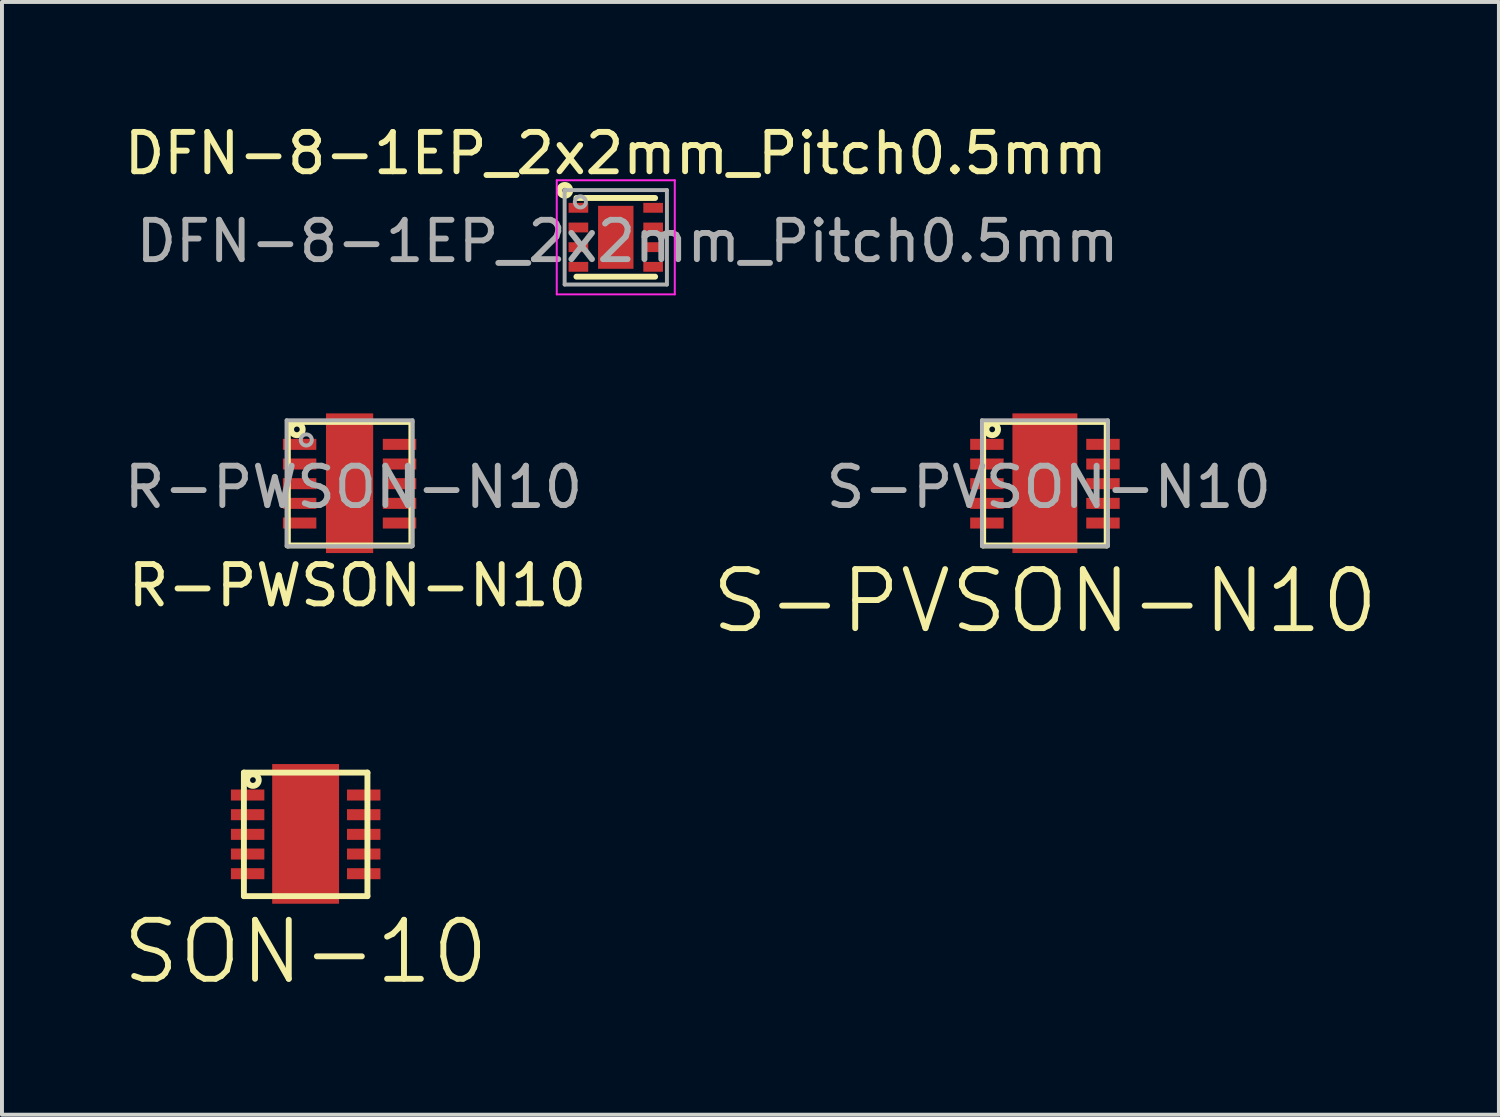
<source format=kicad_pcb>
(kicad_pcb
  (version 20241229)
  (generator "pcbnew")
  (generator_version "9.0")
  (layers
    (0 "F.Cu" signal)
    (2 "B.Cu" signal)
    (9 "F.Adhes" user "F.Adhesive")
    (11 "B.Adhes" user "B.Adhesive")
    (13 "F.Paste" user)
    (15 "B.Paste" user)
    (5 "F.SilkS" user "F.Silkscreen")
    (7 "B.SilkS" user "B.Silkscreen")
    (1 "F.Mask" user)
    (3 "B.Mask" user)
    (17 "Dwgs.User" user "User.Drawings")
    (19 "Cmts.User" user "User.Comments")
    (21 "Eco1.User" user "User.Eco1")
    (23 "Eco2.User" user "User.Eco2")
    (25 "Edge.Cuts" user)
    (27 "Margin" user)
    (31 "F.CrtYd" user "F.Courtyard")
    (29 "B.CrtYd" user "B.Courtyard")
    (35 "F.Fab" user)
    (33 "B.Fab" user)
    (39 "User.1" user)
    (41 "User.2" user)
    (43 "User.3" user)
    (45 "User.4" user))
  (footprint "DFN-8-1EP_2x2mm_Pitch0.5mm"
    (layer "F.Cu")
    (at 12.601 2.982)
    (property "Reference" "DFN-8-1EP_2x2mm_Pitch0.5mm" (at 0 -2.134 0) (layer "F.SilkS") (effects (font (size 1 1) (thickness 0.15))))
    (attr smd)
    (fp_line (start -1 -1) (end 1 -1) (stroke (width 0.15) (type solid)) (layer "F.SilkS"))
    (fp_line (start -1 1) (end 1 1) (stroke (width 0.15) (type solid)) (layer "F.SilkS"))
    (fp_circle (center -1.295 -1.194) (end -1.245 -1.156) (stroke (width 0.15) (type solid)) (fill no) (layer "F.SilkS"))
    (fp_line (start -1.5 -1.45) (end -1.5 1.45) (stroke (width 0.05) (type solid)) (layer "F.CrtYd"))
    (fp_line (start -1.5 -1.45) (end 1.5 -1.45) (stroke (width 0.05) (type solid)) (layer "F.CrtYd"))
    (fp_line (start -1.5 1.45) (end 1.5 1.45) (stroke (width 0.05) (type solid)) (layer "F.CrtYd"))
    (fp_line (start 1.5 -1.45) (end 1.5 1.45) (stroke (width 0.05) (type solid)) (layer "F.CrtYd"))
    (fp_line (start -1.3 -1.2) (end -1.3 1.2) (stroke (width 0.1) (type solid)) (layer "F.Fab"))
    (fp_line (start -1.3 1.2) (end 1.3 1.2) (stroke (width 0.1) (type solid)) (layer "F.Fab"))
    (fp_line (start 1.3 -1.2) (end -1.3 -1.2) (stroke (width 0.1) (type solid)) (layer "F.Fab"))
    (fp_line (start 1.3 1.2) (end 1.3 -1.2) (stroke (width 0.1) (type solid)) (layer "F.Fab"))
    (fp_circle (center -0.9 -0.9) (end -0.8 -0.8) (stroke (width 0.1) (type solid)) (fill no) (layer "F.Fab"))
    (fp_text user "${REFERENCE}" (at 0.3 0.1 0) (layer "F.Fab") (effects (font (size 1 1) (thickness 0.15))))
    (pad "1" smd rect (at -0.95 -0.75) (size 0.5 0.25) (layers "F.Cu" "F.Mask" "F.Paste"))
    (pad "2" smd rect (at -0.95 -0.25) (size 0.5 0.25) (layers "F.Cu" "F.Mask" "F.Paste"))
    (pad "3" smd rect (at -0.95 0.25) (size 0.5 0.25) (layers "F.Cu" "F.Mask" "F.Paste"))
    (pad "4" smd rect (at -0.95 0.75) (size 0.5 0.25) (layers "F.Cu" "F.Mask" "F.Paste"))
    (pad "5" smd rect (at 0.95 0.75) (size 0.5 0.25) (layers "F.Cu" "F.Mask" "F.Paste"))
    (pad "6" smd rect (at 0.95 0.25) (size 0.5 0.25) (layers "F.Cu" "F.Mask" "F.Paste"))
    (pad "7" smd rect (at 0.95 -0.25) (size 0.5 0.25) (layers "F.Cu" "F.Mask" "F.Paste"))
    (pad "8" smd rect (at 0.95 -0.75) (size 0.5 0.25) (layers "F.Cu" "F.Mask" "F.Paste"))
    (pad "9" smd rect (at 0 0) (size 0.9 1.6) (layers "F.Cu" "F.Mask" "F.Paste")))
  (footprint "S-PVSON-N10"
    (layer "F.Cu")
    (at 23.508 9.232)
    (property "Reference" "S-PVSON-N10" (at 0 2.997 0) (layer "F.SilkS") (effects (font (size 1.5 1.5) (thickness 0.15))))
    (attr through_hole)
    (fp_line (start -1.569 -1.558) (end -1.569 1.582) (stroke (width 0.15) (type solid)) (layer "F.SilkS"))
    (fp_line (start -1.569 1.582) (end 1.571 1.582) (stroke (width 0.15) (type solid)) (layer "F.SilkS"))
    (fp_line (start 1.571 -1.558) (end -1.569 -1.558) (stroke (width 0.15) (type solid)) (layer "F.SilkS"))
    (fp_line (start 1.571 1.582) (end 1.571 -1.558) (stroke (width 0.15) (type solid)) (layer "F.SilkS"))
    (fp_circle (center -1.339 -1.368) (end -1.409 -1.388) (stroke (width 0.15) (type solid)) (fill no) (layer "F.SilkS"))
    (fp_line (start -1.6 -1.6) (end 1.6 -1.6) (stroke (width 0.1) (type solid)) (layer "F.Fab"))
    (fp_line (start -1.6 1.6) (end -1.6 -1.6) (stroke (width 0.1) (type solid)) (layer "F.Fab"))
    (fp_line (start 1.6 -1.6) (end 1.6 1.6) (stroke (width 0.1) (type solid)) (layer "F.Fab"))
    (fp_line (start 1.6 1.6) (end -1.6 1.6) (stroke (width 0.1) (type solid)) (layer "F.Fab"))
    (fp_text user "${REFERENCE}" (at 0.1 0.1 0) (layer "F.Fab") (effects (font (size 1 1) (thickness 0.15))))
    (pad "1" smd rect (at -1.474 -0.988 270) (size 0.28 0.85) (layers "F.Cu" "F.Mask" "F.Paste"))
    (pad "2" smd rect (at -1.474 -0.488 270) (size 0.28 0.85) (layers "F.Cu" "F.Mask" "F.Paste"))
    (pad "3" smd rect (at -1.474 0.012 270) (size 0.28 0.85) (layers "F.Cu" "F.Mask" "F.Paste"))
    (pad "4" smd rect (at -1.474 0.512 270) (size 0.28 0.85) (layers "F.Cu" "F.Mask" "F.Paste"))
    (pad "5" smd rect (at -1.474 1.012 270) (size 0.28 0.85) (layers "F.Cu" "F.Mask" "F.Paste"))
    (pad "6" smd rect (at 1.476 1.012 270) (size 0.28 0.85) (layers "F.Cu" "F.Mask" "F.Paste"))
    (pad "7" smd rect (at 1.476 0.512 270) (size 0.28 0.85) (layers "F.Cu" "F.Mask" "F.Paste"))
    (pad "8" smd rect (at 1.476 0.012 270) (size 0.28 0.85) (layers "F.Cu" "F.Mask" "F.Paste"))
    (pad "9" smd rect (at 1.476 -0.488 270) (size 0.28 0.85) (layers "F.Cu" "F.Mask" "F.Paste"))
    (pad "10" smd rect (at 1.476 -0.988 270) (size 0.28 0.85) (layers "F.Cu" "F.Mask" "F.Paste"))
    (pad "11" smd rect (at 0 0 270) (size 3.55 1.65) (layers "F.Cu" "F.Mask" "F.Paste")))
  (footprint "SON-10"
    (layer "F.Cu")
    (at 4.718 18.145)
    (property "Reference" "SON-10" (at 0 2.997 0) (layer "F.SilkS") (effects (font (size 1.5 1.5) (thickness 0.15))))
    (attr through_hole)
    (fp_line (start -1.569 -1.558) (end -1.569 1.582) (stroke (width 0.15) (type solid)) (layer "F.SilkS"))
    (fp_line (start -1.569 1.582) (end 1.571 1.582) (stroke (width 0.15) (type solid)) (layer "F.SilkS"))
    (fp_line (start 1.571 -1.558) (end -1.569 -1.558) (stroke (width 0.15) (type solid)) (layer "F.SilkS"))
    (fp_line (start 1.571 1.582) (end 1.571 -1.558) (stroke (width 0.15) (type solid)) (layer "F.SilkS"))
    (fp_circle (center -1.339 -1.368) (end -1.409 -1.388) (stroke (width 0.15) (type solid)) (fill no) (layer "F.SilkS"))
    (pad "1" smd rect (at -1.474 -0.988 270) (size 0.28 0.85) (layers "F.Cu" "F.Mask" "F.Paste"))
    (pad "2" smd rect (at -1.474 -0.488 270) (size 0.28 0.85) (layers "F.Cu" "F.Mask" "F.Paste"))
    (pad "3" smd rect (at -1.474 0.012 270) (size 0.28 0.85) (layers "F.Cu" "F.Mask" "F.Paste"))
    (pad "4" smd rect (at -1.474 0.512 270) (size 0.28 0.85) (layers "F.Cu" "F.Mask" "F.Paste"))
    (pad "5" smd rect (at -1.474 1.012 270) (size 0.28 0.85) (layers "F.Cu" "F.Mask" "F.Paste"))
    (pad "6" smd rect (at 1.476 1.012 270) (size 0.28 0.85) (layers "F.Cu" "F.Mask" "F.Paste"))
    (pad "7" smd rect (at 1.476 0.512 270) (size 0.28 0.85) (layers "F.Cu" "F.Mask" "F.Paste"))
    (pad "8" smd rect (at 1.476 0.012 270) (size 0.28 0.85) (layers "F.Cu" "F.Mask" "F.Paste"))
    (pad "9" smd rect (at 1.476 -0.488 270) (size 0.28 0.85) (layers "F.Cu" "F.Mask" "F.Paste"))
    (pad "10" smd rect (at 1.476 -0.988 270) (size 0.28 0.85) (layers "F.Cu" "F.Mask" "F.Paste"))
    (pad "11" smd rect (at 0 0 270) (size 3.55 1.7) (layers "F.Cu" "F.Mask" "F.Paste")))
  (footprint "R-PWSON-N10"
    (layer "F.Cu")
    (at 5.835 9.232)
    (property "Reference" "R-PWSON-N10" (at 0.2 2.6 0) (layer "F.SilkS") (effects (font (size 1 1) (thickness 0.15))))
    (attr through_hole)
    (fp_line (start -1.569 -1.558) (end -1.569 1.582) (stroke (width 0.15) (type solid)) (layer "F.SilkS"))
    (fp_line (start -1.569 1.582) (end 1.571 1.582) (stroke (width 0.15) (type solid)) (layer "F.SilkS"))
    (fp_line (start 1.571 -1.558) (end -1.569 -1.558) (stroke (width 0.15) (type solid)) (layer "F.SilkS"))
    (fp_line (start 1.571 1.582) (end 1.571 -1.558) (stroke (width 0.15) (type solid)) (layer "F.SilkS"))
    (fp_circle (center -1.339 -1.368) (end -1.409 -1.388) (stroke (width 0.15) (type solid)) (fill no) (layer "F.SilkS"))
    (fp_line (start -1.6 -1.6) (end 1.6 -1.6) (stroke (width 0.1) (type solid)) (layer "F.Fab"))
    (fp_line (start -1.6 1.6) (end -1.6 -1.6) (stroke (width 0.1) (type solid)) (layer "F.Fab"))
    (fp_line (start 1.6 -1.6) (end 1.6 1.6) (stroke (width 0.1) (type solid)) (layer "F.Fab"))
    (fp_line (start 1.6 1.6) (end -1.6 1.6) (stroke (width 0.1) (type solid)) (layer "F.Fab"))
    (fp_circle (center -1.1 -1.1) (end -1 -1) (stroke (width 0.1) (type solid)) (fill no) (layer "F.Fab"))
    (fp_text user "${REFERENCE}" (at 0.1 0.1 0) (layer "F.Fab") (effects (font (size 1 1) (thickness 0.15))))
    (pad "1" smd rect (at -1.27 -0.988 270) (size 0.28 0.85) (layers "F.Cu" "F.Mask" "F.Paste"))
    (pad "2" smd rect (at -1.27 -0.488 270) (size 0.28 0.85) (layers "F.Cu" "F.Mask" "F.Paste"))
    (pad "3" smd rect (at -1.27 0.012 270) (size 0.28 0.85) (layers "F.Cu" "F.Mask" "F.Paste"))
    (pad "4" smd rect (at -1.27 0.512 270) (size 0.28 0.85) (layers "F.Cu" "F.Mask" "F.Paste"))
    (pad "5" smd rect (at -1.27 1.012 270) (size 0.28 0.85) (layers "F.Cu" "F.Mask" "F.Paste"))
    (pad "6" smd rect (at 1.27 1.012 270) (size 0.28 0.85) (layers "F.Cu" "F.Mask" "F.Paste"))
    (pad "7" smd rect (at 1.27 0.512 270) (size 0.28 0.85) (layers "F.Cu" "F.Mask" "F.Paste"))
    (pad "8" smd rect (at 1.27 0.012 270) (size 0.28 0.85) (layers "F.Cu" "F.Mask" "F.Paste"))
    (pad "9" smd rect (at 1.27 -0.488 270) (size 0.28 0.85) (layers "F.Cu" "F.Mask" "F.Paste"))
    (pad "10" smd rect (at 1.27 -0.988 270) (size 0.28 0.85) (layers "F.Cu" "F.Mask" "F.Paste"))
    (pad "11" smd rect (at 0 0 270) (size 3.55 1.2) (layers "F.Cu" "F.Mask" "F.Paste")))
  (gr_rect
    (start -3 -3)
    (end 35.048 25.283)
    (stroke (width 0.1) (type default))
    (fill no)
    (layer "Edge.Cuts")))
</source>
